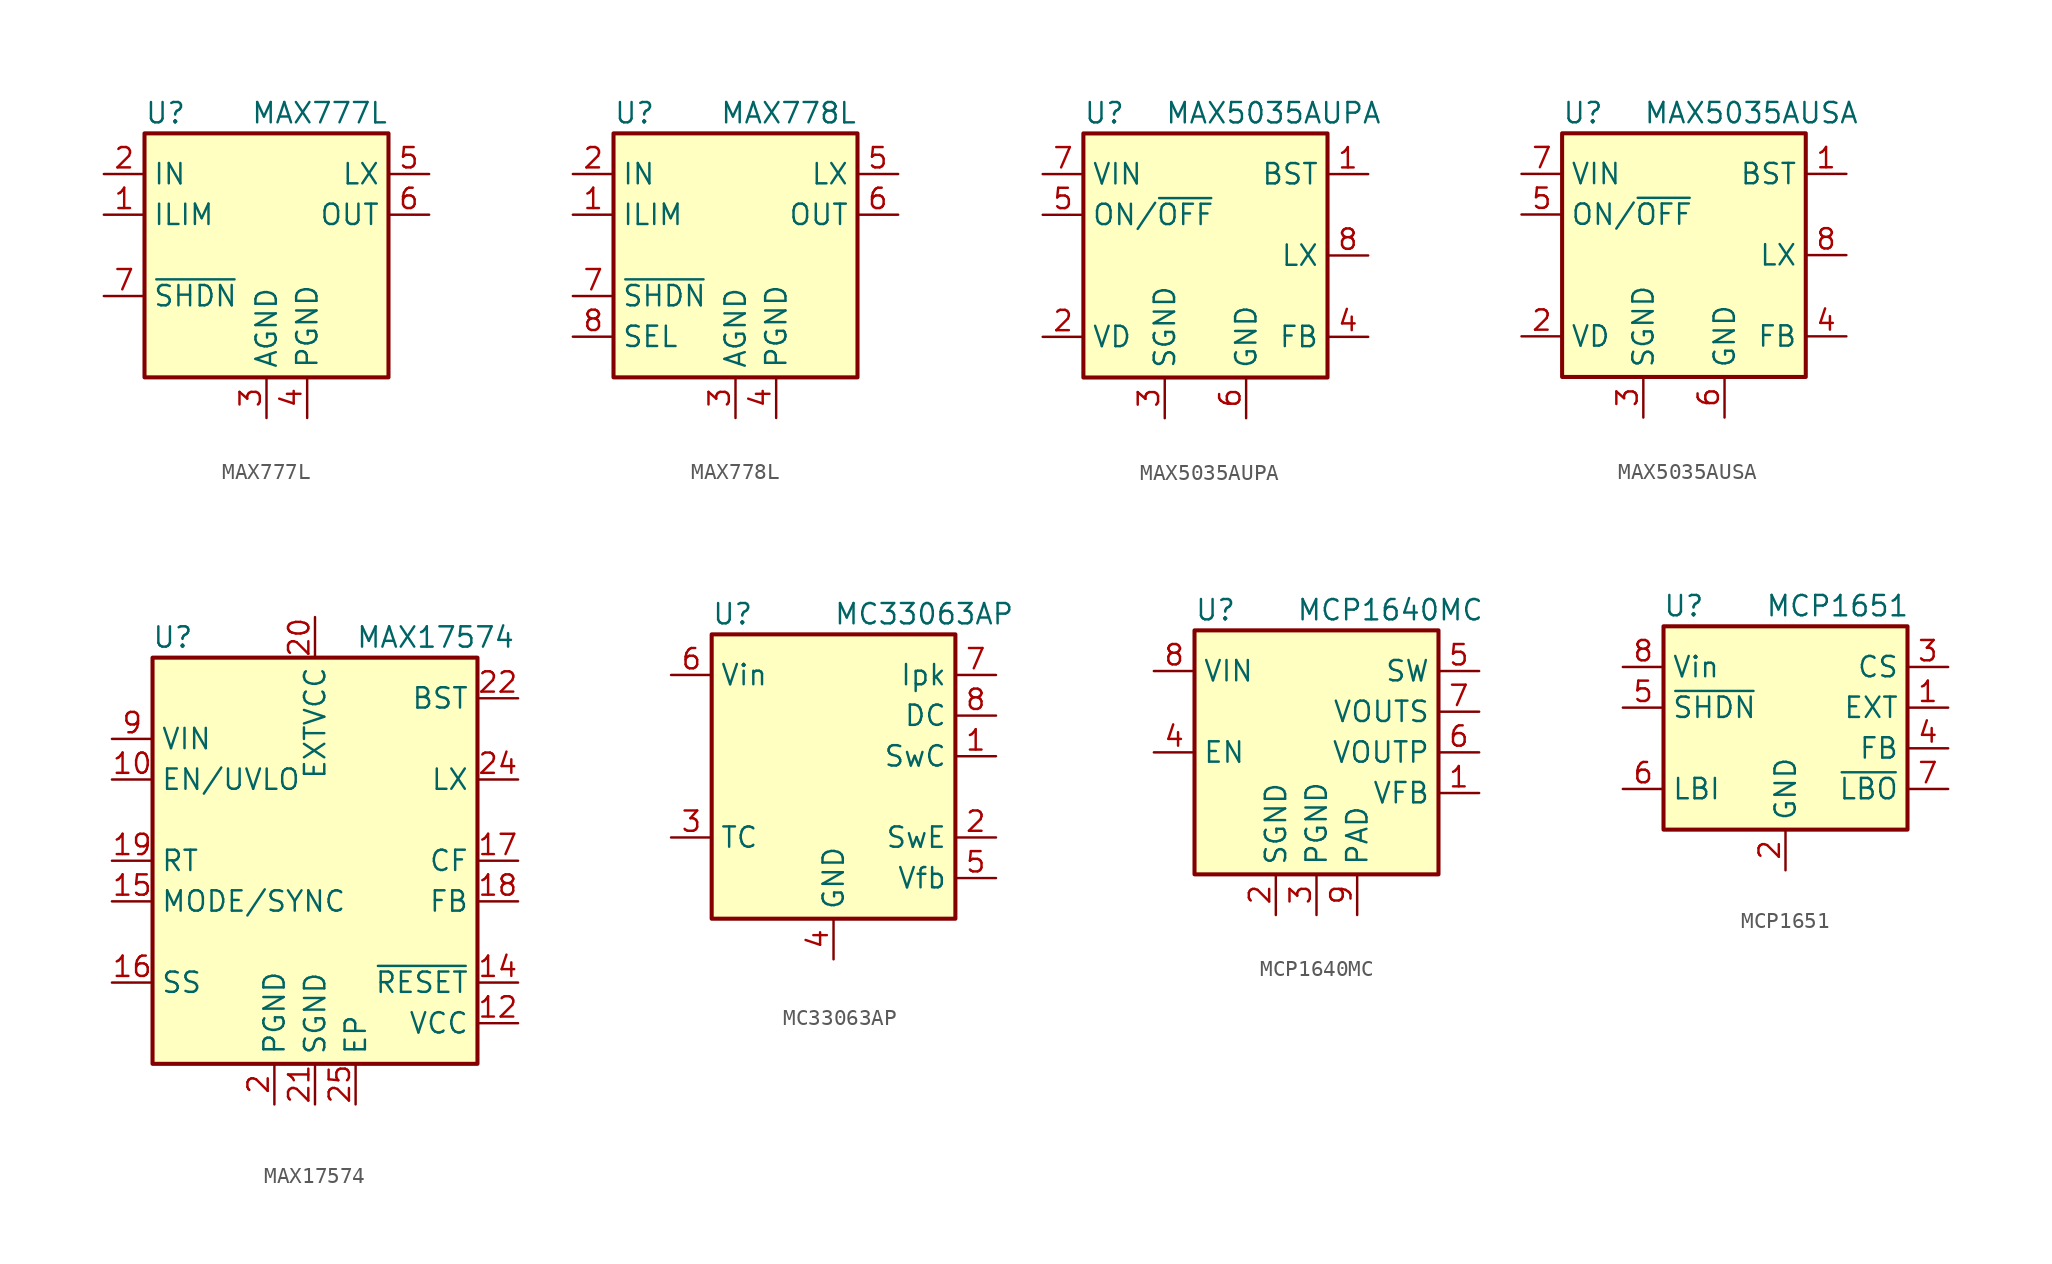
<source format=kicad_sym>
(kicad_symbol_lib
  (version 20201005)
  (generator kicad_symbol_editor)
  (symbol "MAX777L"
    (property "Reference" "U"
      (at -7.62 8.89 0)
      (effects (font (size 1.27 1.27)) (justify left)))
    (property "Value" "MAX777L"
      (at 7.62 8.89 0)
      (effects (font (size 1.27 1.27)) (justify right)))
    (symbol "MAX777L_0_1"
      (rectangle (start -7.62 7.62) (end 7.62 -7.62) (stroke (width 0.254)) (fill (type background))))
    (symbol "MAX777L_1_1"
      (pin input line (at -10.16 2.54 0) (length 2.54) (name "ILIM" (effects (font (size 1.27 1.27)))) (number "1" (effects (font (size 1.27 1.27)))))
      (pin power_in line (at -10.16 5.08 0) (length 2.54) (name "IN" (effects (font (size 1.27 1.27)))) (number "2" (effects (font (size 1.27 1.27)))))
      (pin power_in line (at 0 -10.16 90) (length 2.54) (name "AGND" (effects (font (size 1.27 1.27)))) (number "3" (effects (font (size 1.27 1.27)))))
      (pin power_in line (at 2.54 -10.16 90) (length 2.54) (name "PGND" (effects (font (size 1.27 1.27)))) (number "4" (effects (font (size 1.27 1.27)))))
      (pin passive line (at 10.16 5.08 180) (length 2.54) (name "LX" (effects (font (size 1.27 1.27)))) (number "5" (effects (font (size 1.27 1.27)))))
      (pin power_out line (at 10.16 2.54 180) (length 2.54) (name "OUT" (effects (font (size 1.27 1.27)))) (number "6" (effects (font (size 1.27 1.27)))))
      (pin input line (at -10.16 -2.54 0) (length 2.54) (name "~SHDN" (effects (font (size 1.27 1.27)))) (number "7" (effects (font (size 1.27 1.27)))))
      (pin no_connect line (at 7.62 0 180) (length 2.54) hide (name "NC" (effects (font (size 1.27 1.27)))) (number "8" (effects (font (size 1.27 1.27)))))))
  (symbol "MAX778L"
    (property "Reference" "U"
      (at -7.62 8.89 0)
      (effects (font (size 1.27 1.27)) (justify left)))
    (property "Value" "MAX778L"
      (at 7.62 8.89 0)
      (effects (font (size 1.27 1.27)) (justify right)))
    (symbol "MAX778L_0_1"
      (rectangle (start -7.62 7.62) (end 7.62 -7.62) (stroke (width 0.254)) (fill (type background))))
    (symbol "MAX778L_1_1"
      (pin input line (at -10.16 2.54 0) (length 2.54) (name "ILIM" (effects (font (size 1.27 1.27)))) (number "1" (effects (font (size 1.27 1.27)))))
      (pin power_in line (at -10.16 5.08 0) (length 2.54) (name "IN" (effects (font (size 1.27 1.27)))) (number "2" (effects (font (size 1.27 1.27)))))
      (pin power_in line (at 0 -10.16 90) (length 2.54) (name "AGND" (effects (font (size 1.27 1.27)))) (number "3" (effects (font (size 1.27 1.27)))))
      (pin power_in line (at 2.54 -10.16 90) (length 2.54) (name "PGND" (effects (font (size 1.27 1.27)))) (number "4" (effects (font (size 1.27 1.27)))))
      (pin passive line (at 10.16 5.08 180) (length 2.54) (name "LX" (effects (font (size 1.27 1.27)))) (number "5" (effects (font (size 1.27 1.27)))))
      (pin power_out line (at 10.16 2.54 180) (length 2.54) (name "OUT" (effects (font (size 1.27 1.27)))) (number "6" (effects (font (size 1.27 1.27)))))
      (pin input line (at -10.16 -2.54 0) (length 2.54) (name "~SHDN" (effects (font (size 1.27 1.27)))) (number "7" (effects (font (size 1.27 1.27)))))
      (pin input line (at -10.16 -5.08 0) (length 2.54) (name "SEL" (effects (font (size 1.27 1.27)))) (number "8" (effects (font (size 1.27 1.27)))))))
  (symbol "MAX5035AUPA"
    (property "Reference" "U"
      (at -7.62 8.89 0)
      (effects (font (size 1.27 1.27)) (justify left)))
    (property "Value" "MAX5035AUPA"
      (at -2.54 8.89 0)
      (effects (font (size 1.27 1.27)) (justify left)))
    (symbol "MAX5035AUPA_0_1"
      (rectangle (start -7.62 7.62) (end 7.62 -7.62) (stroke (width 0.254)) (fill (type background))))
    (symbol "MAX5035AUPA_1_1"
      (pin passive line (at 10.16 5.08 180) (length 2.54) (name "BST" (effects (font (size 1.27 1.27)))) (number "1" (effects (font (size 1.27 1.27)))))
      (pin passive line (at -10.16 -5.08 0) (length 2.54) (name "VD" (effects (font (size 1.27 1.27)))) (number "2" (effects (font (size 1.27 1.27)))))
      (pin power_in line (at -2.54 -10.16 90) (length 2.54) (name "SGND" (effects (font (size 1.27 1.27)))) (number "3" (effects (font (size 1.27 1.27)))))
      (pin input line (at 10.16 -5.08 180) (length 2.54) (name "FB" (effects (font (size 1.27 1.27)))) (number "4" (effects (font (size 1.27 1.27)))))
      (pin input line (at -10.16 2.54 0) (length 2.54) (name "ON/~OFF~" (effects (font (size 1.27 1.27)))) (number "5" (effects (font (size 1.27 1.27)))))
      (pin power_in line (at 2.54 -10.16 90) (length 2.54) (name "GND" (effects (font (size 1.27 1.27)))) (number "6" (effects (font (size 1.27 1.27)))))
      (pin power_in line (at -10.16 5.08 0) (length 2.54) (name "VIN" (effects (font (size 1.27 1.27)))) (number "7" (effects (font (size 1.27 1.27)))))
      (pin output line (at 10.16 0 180) (length 2.54) (name "LX" (effects (font (size 1.27 1.27)))) (number "8" (effects (font (size 1.27 1.27)))))))
  (symbol "MAX5035AUSA"
    (property "Reference" "U"
      (at -7.62 8.89 0)
      (effects (font (size 1.27 1.27)) (justify left)))
    (property "Value" "MAX5035AUSA"
      (at -2.54 8.89 0)
      (effects (font (size 1.27 1.27)) (justify left)))
    (symbol "MAX5035AUSA_0_1"
      (rectangle (start -7.62 7.62) (end 7.62 -7.62) (stroke (width 0.254)) (fill (type background))))
    (symbol "MAX5035AUSA_1_1"
      (pin passive line (at 10.16 5.08 180) (length 2.54) (name "BST" (effects (font (size 1.27 1.27)))) (number "1" (effects (font (size 1.27 1.27)))))
      (pin passive line (at -10.16 -5.08 0) (length 2.54) (name "VD" (effects (font (size 1.27 1.27)))) (number "2" (effects (font (size 1.27 1.27)))))
      (pin power_in line (at -2.54 -10.16 90) (length 2.54) (name "SGND" (effects (font (size 1.27 1.27)))) (number "3" (effects (font (size 1.27 1.27)))))
      (pin input line (at 10.16 -5.08 180) (length 2.54) (name "FB" (effects (font (size 1.27 1.27)))) (number "4" (effects (font (size 1.27 1.27)))))
      (pin input line (at -10.16 2.54 0) (length 2.54) (name "ON/~OFF~" (effects (font (size 1.27 1.27)))) (number "5" (effects (font (size 1.27 1.27)))))
      (pin power_in line (at 2.54 -10.16 90) (length 2.54) (name "GND" (effects (font (size 1.27 1.27)))) (number "6" (effects (font (size 1.27 1.27)))))
      (pin power_in line (at -10.16 5.08 0) (length 2.54) (name "VIN" (effects (font (size 1.27 1.27)))) (number "7" (effects (font (size 1.27 1.27)))))
      (pin output line (at 10.16 0 180) (length 2.54) (name "LX" (effects (font (size 1.27 1.27)))) (number "8" (effects (font (size 1.27 1.27)))))))
  (symbol "MAX17574"
    (property "Reference" "U"
      (at -8.89 13.97 0)
      (effects (font (size 1.27 1.27))))
    (property "Value" "MAX17574"
      (at 2.54 13.97 0)
      (effects (font (size 1.27 1.27)) (justify left)))
    (symbol "MAX17574_0_1"
      (rectangle (start -10.16 12.7) (end 10.16 -12.7) (stroke (width 0.254)) (fill (type background))))
    (symbol "MAX17574_1_1"
      (pin passive line (at 12.7 5.08 180) (length 2.54) hide (name "LX" (effects (font (size 1.27 1.27)))) (number "1" (effects (font (size 1.27 1.27)))))
      (pin input line (at -12.7 5.08 0) (length 2.54) (name "EN/UVLO" (effects (font (size 1.27 1.27)))) (number "10" (effects (font (size 1.27 1.27)))))
      (pin passive line (at -2.54 -15.24 90) (length 2.54) hide (name "PGND" (effects (font (size 1.27 1.27)))) (number "11" (effects (font (size 1.27 1.27)))))
      (pin power_out line (at 12.7 -10.16 180) (length 2.54) (name "VCC" (effects (font (size 1.27 1.27)))) (number "12" (effects (font (size 1.27 1.27)))))
      (pin no_connect line (at 10.16 -5.08 180) (length 2.54) hide (name "NC" (effects (font (size 1.27 1.27)))) (number "13" (effects (font (size 1.27 1.27)))))
      (pin open_collector line (at 12.7 -7.62 180) (length 2.54) (name "~RESET" (effects (font (size 1.27 1.27)))) (number "14" (effects (font (size 1.27 1.27)))))
      (pin input line (at -12.7 -2.54 0) (length 2.54) (name "MODE/SYNC" (effects (font (size 1.27 1.27)))) (number "15" (effects (font (size 1.27 1.27)))))
      (pin passive line (at -12.7 -7.62 0) (length 2.54) (name "SS" (effects (font (size 1.27 1.27)))) (number "16" (effects (font (size 1.27 1.27)))))
      (pin passive line (at 12.7 0 180) (length 2.54) (name "CF" (effects (font (size 1.27 1.27)))) (number "17" (effects (font (size 1.27 1.27)))))
      (pin input line (at 12.7 -2.54 180) (length 2.54) (name "FB" (effects (font (size 1.27 1.27)))) (number "18" (effects (font (size 1.27 1.27)))))
      (pin input line (at -12.7 0 0) (length 2.54) (name "RT" (effects (font (size 1.27 1.27)))) (number "19" (effects (font (size 1.27 1.27)))))
      (pin power_in line (at -2.54 -15.24 90) (length 2.54) (name "PGND" (effects (font (size 1.27 1.27)))) (number "2" (effects (font (size 1.27 1.27)))))
      (pin power_in line (at 0 15.24 270) (length 2.54) (name "EXTVCC" (effects (font (size 1.27 1.27)))) (number "20" (effects (font (size 1.27 1.27)))))
      (pin power_in line (at 0 -15.24 90) (length 2.54) (name "SGND" (effects (font (size 1.27 1.27)))) (number "21" (effects (font (size 1.27 1.27)))))
      (pin passive line (at 12.7 10.16 180) (length 2.54) (name "BST" (effects (font (size 1.27 1.27)))) (number "22" (effects (font (size 1.27 1.27)))))
      (pin passive line (at 12.7 5.08 180) (length 2.54) hide (name "LX" (effects (font (size 1.27 1.27)))) (number "23" (effects (font (size 1.27 1.27)))))
      (pin power_out line (at 12.7 5.08 180) (length 2.54) (name "LX" (effects (font (size 1.27 1.27)))) (number "24" (effects (font (size 1.27 1.27)))))
      (pin power_in line (at 2.54 -15.24 90) (length 2.54) (name "EP" (effects (font (size 1.27 1.27)))) (number "25" (effects (font (size 1.27 1.27)))))
      (pin passive line (at -2.54 -15.24 90) (length 2.54) hide (name "PGND" (effects (font (size 1.27 1.27)))) (number "3" (effects (font (size 1.27 1.27)))))
      (pin no_connect line (at -10.16 2.54 0) (length 2.54) hide (name "NC" (effects (font (size 1.27 1.27)))) (number "4" (effects (font (size 1.27 1.27)))))
      (pin passive line (at -12.7 7.62 0) (length 2.54) hide (name "VIN" (effects (font (size 1.27 1.27)))) (number "5" (effects (font (size 1.27 1.27)))))
      (pin passive line (at -12.7 7.62 0) (length 2.54) hide (name "VIN" (effects (font (size 1.27 1.27)))) (number "6" (effects (font (size 1.27 1.27)))))
      (pin passive line (at -12.7 7.62 0) (length 2.54) hide (name "VIN" (effects (font (size 1.27 1.27)))) (number "7" (effects (font (size 1.27 1.27)))))
      (pin no_connect line (at -10.16 -5.08 0) (length 2.54) hide (name "NC" (effects (font (size 1.27 1.27)))) (number "8" (effects (font (size 1.27 1.27)))))
      (pin power_in line (at -12.7 7.62 0) (length 2.54) (name "VIN" (effects (font (size 1.27 1.27)))) (number "9" (effects (font (size 1.27 1.27)))))))
  (symbol "MC33063AP"
    (property "Reference" "U"
      (at -7.62 8.89 0)
      (effects (font (size 1.27 1.27)) (justify left)))
    (property "Value" "MC33063AP"
      (at 0 8.89 0)
      (effects (font (size 1.27 1.27)) (justify left)))
    (symbol "MC33063AP_0_1"
      (rectangle (start -7.62 7.62) (end 7.62 -10.16) (stroke (width 0.254)) (fill (type background))))
    (symbol "MC33063AP_1_1"
      (pin open_collector line (at 10.16 0 180) (length 2.54) (name "SwC" (effects (font (size 1.27 1.27)))) (number "1" (effects (font (size 1.27 1.27)))))
      (pin open_emitter line (at 10.16 -5.08 180) (length 2.54) (name "SwE" (effects (font (size 1.27 1.27)))) (number "2" (effects (font (size 1.27 1.27)))))
      (pin passive line (at -10.16 -5.08 0) (length 2.54) (name "TC" (effects (font (size 1.27 1.27)))) (number "3" (effects (font (size 1.27 1.27)))))
      (pin power_in line (at 0 -12.7 90) (length 2.54) (name "GND" (effects (font (size 1.27 1.27)))) (number "4" (effects (font (size 1.27 1.27)))))
      (pin input line (at 10.16 -7.62 180) (length 2.54) (name "Vfb" (effects (font (size 1.27 1.27)))) (number "5" (effects (font (size 1.27 1.27)))))
      (pin power_in line (at -10.16 5.08 0) (length 2.54) (name "Vin" (effects (font (size 1.27 1.27)))) (number "6" (effects (font (size 1.27 1.27)))))
      (pin input line (at 10.16 5.08 180) (length 2.54) (name "Ipk" (effects (font (size 1.27 1.27)))) (number "7" (effects (font (size 1.27 1.27)))))
      (pin open_collector line (at 10.16 2.54 180) (length 2.54) (name "DC" (effects (font (size 1.27 1.27)))) (number "8" (effects (font (size 1.27 1.27)))))))
  (symbol "MCP1640MC"
    (property "Reference" "U"
      (at -7.62 6.35 0)
      (effects (font (size 1.27 1.27)) (justify left)))
    (property "Value" "MCP1640MC"
      (at -1.27 6.35 0)
      (effects (font (size 1.27 1.27)) (justify left)))
    (symbol "MCP1640MC_0_1"
      (rectangle (start -7.62 5.08) (end 7.62 -10.16) (stroke (width 0.254)) (fill (type background))))
    (symbol "MCP1640MC_1_1"
      (pin input line (at 10.16 -5.08 180) (length 2.54) (name "VFB" (effects (font (size 1.27 1.27)))) (number "1" (effects (font (size 1.27 1.27)))))
      (pin power_in line (at -2.54 -12.7 90) (length 2.54) (name "SGND" (effects (font (size 1.27 1.27)))) (number "2" (effects (font (size 1.27 1.27)))))
      (pin power_in line (at 0 -12.7 90) (length 2.54) (name "PGND" (effects (font (size 1.27 1.27)))) (number "3" (effects (font (size 1.27 1.27)))))
      (pin input line (at -10.16 -2.54 0) (length 2.54) (name "EN" (effects (font (size 1.27 1.27)))) (number "4" (effects (font (size 1.27 1.27)))))
      (pin input line (at 10.16 2.54 180) (length 2.54) (name "SW" (effects (font (size 1.27 1.27)))) (number "5" (effects (font (size 1.27 1.27)))))
      (pin power_out line (at 10.16 -2.54 180) (length 2.54) (name "VOUTP" (effects (font (size 1.27 1.27)))) (number "6" (effects (font (size 1.27 1.27)))))
      (pin power_out line (at 10.16 0 180) (length 2.54) (name "VOUTS" (effects (font (size 1.27 1.27)))) (number "7" (effects (font (size 1.27 1.27)))))
      (pin power_in line (at -10.16 2.54 0) (length 2.54) (name "VIN" (effects (font (size 1.27 1.27)))) (number "8" (effects (font (size 1.27 1.27)))))
      (pin passive line (at 2.54 -12.7 90) (length 2.54) (name "PAD" (effects (font (size 1.27 1.27)))) (number "9" (effects (font (size 1.27 1.27)))))))
  (symbol "MCP1651"
    (property "Reference" "U"
      (at -6.35 6.35 0)
      (effects (font (size 1.27 1.27))))
    (property "Value" "MCP1651"
      (at -1.27 6.35 0)
      (effects (font (size 1.27 1.27)) (justify left)))
    (symbol "MCP1651_0_1"
      (rectangle (start -7.62 5.08) (end 7.62 -7.62) (stroke (width 0.254)) (fill (type background))))
    (symbol "MCP1651_1_1"
      (pin open_emitter line (at 10.16 0 180) (length 2.54) (name "EXT" (effects (font (size 1.27 1.27)))) (number "1" (effects (font (size 1.27 1.27)))))
      (pin power_in line (at 0 -10.16 90) (length 2.54) (name "GND" (effects (font (size 1.27 1.27)))) (number "2" (effects (font (size 1.27 1.27)))))
      (pin input line (at 10.16 2.54 180) (length 2.54) (name "CS" (effects (font (size 1.27 1.27)))) (number "3" (effects (font (size 1.27 1.27)))))
      (pin input line (at 10.16 -2.54 180) (length 2.54) (name "FB" (effects (font (size 1.27 1.27)))) (number "4" (effects (font (size 1.27 1.27)))))
      (pin input line (at -10.16 0 0) (length 2.54) (name "~SHDN" (effects (font (size 1.27 1.27)))) (number "5" (effects (font (size 1.27 1.27)))))
      (pin input line (at -10.16 -5.08 0) (length 2.54) (name "LBI" (effects (font (size 1.27 1.27)))) (number "6" (effects (font (size 1.27 1.27)))))
      (pin output line (at 10.16 -5.08 180) (length 2.54) (name "~LBO" (effects (font (size 1.27 1.27)))) (number "7" (effects (font (size 1.27 1.27)))))
      (pin power_in line (at -10.16 2.54 0) (length 2.54) (name "Vin" (effects (font (size 1.27 1.27)))) (number "8" (effects (font (size 1.27 1.27))))))))
</source>
